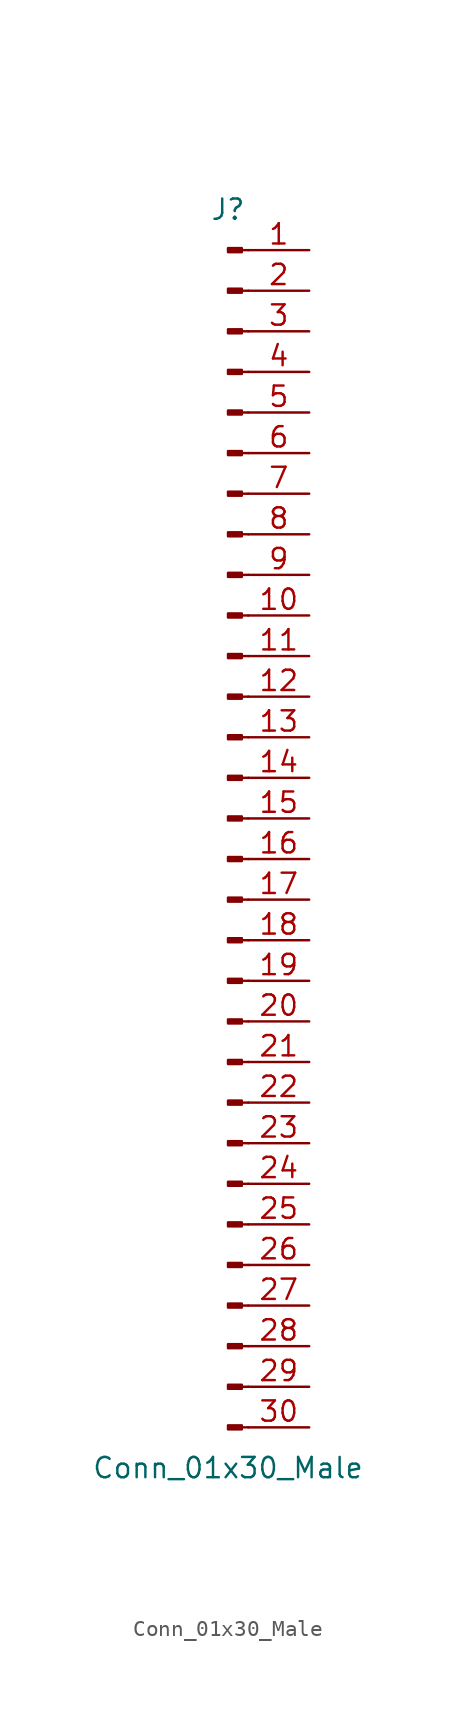
<source format=kicad_sym>
(kicad_symbol_lib
  (version 20220914)
  (generator kicad_symbol_editor)
  (symbol "Conn_01x30_Male"
    (pin_names
      (offset 1.016) hide)
    (property "Reference" "J"
      (at 0 38.1 0)
      (effects (font (size 1.27 1.27))))
    (property "Value" "Conn_01x30_Male"
      (at 0 -40.64 0)
      (effects (font (size 1.27 1.27))))
    (symbol "Conn_01x30_Male_1_1"
      (polyline (pts (xy 1.27 -38.1) (xy 0.864 -38.1)) (stroke (width 0.152) (type default)) (fill (type none)))
      (polyline (pts (xy 1.27 -35.56) (xy 0.864 -35.56)) (stroke (width 0.152) (type default)) (fill (type none)))
      (polyline (pts (xy 1.27 -33.02) (xy 0.864 -33.02)) (stroke (width 0.152) (type default)) (fill (type none)))
      (polyline (pts (xy 1.27 -30.48) (xy 0.864 -30.48)) (stroke (width 0.152) (type default)) (fill (type none)))
      (polyline (pts (xy 1.27 -27.94) (xy 0.864 -27.94)) (stroke (width 0.152) (type default)) (fill (type none)))
      (polyline (pts (xy 1.27 -25.4) (xy 0.864 -25.4)) (stroke (width 0.152) (type default)) (fill (type none)))
      (polyline (pts (xy 1.27 -22.86) (xy 0.864 -22.86)) (stroke (width 0.152) (type default)) (fill (type none)))
      (polyline (pts (xy 1.27 -20.32) (xy 0.864 -20.32)) (stroke (width 0.152) (type default)) (fill (type none)))
      (polyline (pts (xy 1.27 -17.78) (xy 0.864 -17.78)) (stroke (width 0.152) (type default)) (fill (type none)))
      (polyline (pts (xy 1.27 -15.24) (xy 0.864 -15.24)) (stroke (width 0.152) (type default)) (fill (type none)))
      (polyline (pts (xy 1.27 -12.7) (xy 0.864 -12.7)) (stroke (width 0.152) (type default)) (fill (type none)))
      (polyline (pts (xy 1.27 -10.16) (xy 0.864 -10.16)) (stroke (width 0.152) (type default)) (fill (type none)))
      (polyline (pts (xy 1.27 -7.62) (xy 0.864 -7.62)) (stroke (width 0.152) (type default)) (fill (type none)))
      (polyline (pts (xy 1.27 -5.08) (xy 0.864 -5.08)) (stroke (width 0.152) (type default)) (fill (type none)))
      (polyline (pts (xy 1.27 -2.54) (xy 0.864 -2.54)) (stroke (width 0.152) (type default)) (fill (type none)))
      (polyline (pts (xy 1.27 0) (xy 0.864 0)) (stroke (width 0.152) (type default)) (fill (type none)))
      (polyline (pts (xy 1.27 2.54) (xy 0.864 2.54)) (stroke (width 0.152) (type default)) (fill (type none)))
      (polyline (pts (xy 1.27 5.08) (xy 0.864 5.08)) (stroke (width 0.152) (type default)) (fill (type none)))
      (polyline (pts (xy 1.27 7.62) (xy 0.864 7.62)) (stroke (width 0.152) (type default)) (fill (type none)))
      (polyline (pts (xy 1.27 10.16) (xy 0.864 10.16)) (stroke (width 0.152) (type default)) (fill (type none)))
      (polyline (pts (xy 1.27 12.7) (xy 0.864 12.7)) (stroke (width 0.152) (type default)) (fill (type none)))
      (polyline (pts (xy 1.27 15.24) (xy 0.864 15.24)) (stroke (width 0.152) (type default)) (fill (type none)))
      (polyline (pts (xy 1.27 17.78) (xy 0.864 17.78)) (stroke (width 0.152) (type default)) (fill (type none)))
      (polyline (pts (xy 1.27 20.32) (xy 0.864 20.32)) (stroke (width 0.152) (type default)) (fill (type none)))
      (polyline (pts (xy 1.27 22.86) (xy 0.864 22.86)) (stroke (width 0.152) (type default)) (fill (type none)))
      (polyline (pts (xy 1.27 25.4) (xy 0.864 25.4)) (stroke (width 0.152) (type default)) (fill (type none)))
      (polyline (pts (xy 1.27 27.94) (xy 0.864 27.94)) (stroke (width 0.152) (type default)) (fill (type none)))
      (polyline (pts (xy 1.27 30.48) (xy 0.864 30.48)) (stroke (width 0.152) (type default)) (fill (type none)))
      (polyline (pts (xy 1.27 33.02) (xy 0.864 33.02)) (stroke (width 0.152) (type default)) (fill (type none)))
      (polyline (pts (xy 1.27 35.56) (xy 0.864 35.56)) (stroke (width 0.152) (type default)) (fill (type none)))
      (rectangle (start 0.864 -37.973) (end 0 -38.227) (stroke (width 0.152) (type default)) (fill (type outline)))
      (rectangle (start 0.864 -35.433) (end 0 -35.687) (stroke (width 0.152) (type default)) (fill (type outline)))
      (rectangle (start 0.864 -32.893) (end 0 -33.147) (stroke (width 0.152) (type default)) (fill (type outline)))
      (rectangle (start 0.864 -30.353) (end 0 -30.607) (stroke (width 0.152) (type default)) (fill (type outline)))
      (rectangle (start 0.864 -27.813) (end 0 -28.067) (stroke (width 0.152) (type default)) (fill (type outline)))
      (rectangle (start 0.864 -25.273) (end 0 -25.527) (stroke (width 0.152) (type default)) (fill (type outline)))
      (rectangle (start 0.864 -22.733) (end 0 -22.987) (stroke (width 0.152) (type default)) (fill (type outline)))
      (rectangle (start 0.864 -20.193) (end 0 -20.447) (stroke (width 0.152) (type default)) (fill (type outline)))
      (rectangle (start 0.864 -17.653) (end 0 -17.907) (stroke (width 0.152) (type default)) (fill (type outline)))
      (rectangle (start 0.864 -15.113) (end 0 -15.367) (stroke (width 0.152) (type default)) (fill (type outline)))
      (rectangle (start 0.864 -12.573) (end 0 -12.827) (stroke (width 0.152) (type default)) (fill (type outline)))
      (rectangle (start 0.864 -10.033) (end 0 -10.287) (stroke (width 0.152) (type default)) (fill (type outline)))
      (rectangle (start 0.864 -7.493) (end 0 -7.747) (stroke (width 0.152) (type default)) (fill (type outline)))
      (rectangle (start 0.864 -4.953) (end 0 -5.207) (stroke (width 0.152) (type default)) (fill (type outline)))
      (rectangle (start 0.864 -2.413) (end 0 -2.667) (stroke (width 0.152) (type default)) (fill (type outline)))
      (rectangle (start 0.864 0.127) (end 0 -0.127) (stroke (width 0.152) (type default)) (fill (type outline)))
      (rectangle (start 0.864 2.667) (end 0 2.413) (stroke (width 0.152) (type default)) (fill (type outline)))
      (rectangle (start 0.864 5.207) (end 0 4.953) (stroke (width 0.152) (type default)) (fill (type outline)))
      (rectangle (start 0.864 7.747) (end 0 7.493) (stroke (width 0.152) (type default)) (fill (type outline)))
      (rectangle (start 0.864 10.287) (end 0 10.033) (stroke (width 0.152) (type default)) (fill (type outline)))
      (rectangle (start 0.864 12.827) (end 0 12.573) (stroke (width 0.152) (type default)) (fill (type outline)))
      (rectangle (start 0.864 15.367) (end 0 15.113) (stroke (width 0.152) (type default)) (fill (type outline)))
      (rectangle (start 0.864 17.907) (end 0 17.653) (stroke (width 0.152) (type default)) (fill (type outline)))
      (rectangle (start 0.864 20.447) (end 0 20.193) (stroke (width 0.152) (type default)) (fill (type outline)))
      (rectangle (start 0.864 22.987) (end 0 22.733) (stroke (width 0.152) (type default)) (fill (type outline)))
      (rectangle (start 0.864 25.527) (end 0 25.273) (stroke (width 0.152) (type default)) (fill (type outline)))
      (rectangle (start 0.864 28.067) (end 0 27.813) (stroke (width 0.152) (type default)) (fill (type outline)))
      (rectangle (start 0.864 30.607) (end 0 30.353) (stroke (width 0.152) (type default)) (fill (type outline)))
      (rectangle (start 0.864 33.147) (end 0 32.893) (stroke (width 0.152) (type default)) (fill (type outline)))
      (rectangle (start 0.864 35.687) (end 0 35.433) (stroke (width 0.152) (type default)) (fill (type outline)))
      (pin passive line (at 5.08 35.56 180) (length 3.81) (name "Pin_1" (effects (font (size 1.27 1.27)))) (number "1" (effects (font (size 1.27 1.27)))))
      (pin passive line (at 5.08 12.7 180) (length 3.81) (name "Pin_10" (effects (font (size 1.27 1.27)))) (number "10" (effects (font (size 1.27 1.27)))))
      (pin passive line (at 5.08 10.16 180) (length 3.81) (name "Pin_11" (effects (font (size 1.27 1.27)))) (number "11" (effects (font (size 1.27 1.27)))))
      (pin passive line (at 5.08 7.62 180) (length 3.81) (name "Pin_12" (effects (font (size 1.27 1.27)))) (number "12" (effects (font (size 1.27 1.27)))))
      (pin passive line (at 5.08 5.08 180) (length 3.81) (name "Pin_13" (effects (font (size 1.27 1.27)))) (number "13" (effects (font (size 1.27 1.27)))))
      (pin passive line (at 5.08 2.54 180) (length 3.81) (name "Pin_14" (effects (font (size 1.27 1.27)))) (number "14" (effects (font (size 1.27 1.27)))))
      (pin passive line (at 5.08 0 180) (length 3.81) (name "Pin_15" (effects (font (size 1.27 1.27)))) (number "15" (effects (font (size 1.27 1.27)))))
      (pin passive line (at 5.08 -2.54 180) (length 3.81) (name "Pin_16" (effects (font (size 1.27 1.27)))) (number "16" (effects (font (size 1.27 1.27)))))
      (pin passive line (at 5.08 -5.08 180) (length 3.81) (name "Pin_17" (effects (font (size 1.27 1.27)))) (number "17" (effects (font (size 1.27 1.27)))))
      (pin passive line (at 5.08 -7.62 180) (length 3.81) (name "Pin_18" (effects (font (size 1.27 1.27)))) (number "18" (effects (font (size 1.27 1.27)))))
      (pin passive line (at 5.08 -10.16 180) (length 3.81) (name "Pin_19" (effects (font (size 1.27 1.27)))) (number "19" (effects (font (size 1.27 1.27)))))
      (pin passive line (at 5.08 33.02 180) (length 3.81) (name "Pin_2" (effects (font (size 1.27 1.27)))) (number "2" (effects (font (size 1.27 1.27)))))
      (pin passive line (at 5.08 -12.7 180) (length 3.81) (name "Pin_20" (effects (font (size 1.27 1.27)))) (number "20" (effects (font (size 1.27 1.27)))))
      (pin passive line (at 5.08 -15.24 180) (length 3.81) (name "Pin_21" (effects (font (size 1.27 1.27)))) (number "21" (effects (font (size 1.27 1.27)))))
      (pin passive line (at 5.08 -17.78 180) (length 3.81) (name "Pin_22" (effects (font (size 1.27 1.27)))) (number "22" (effects (font (size 1.27 1.27)))))
      (pin passive line (at 5.08 -20.32 180) (length 3.81) (name "Pin_23" (effects (font (size 1.27 1.27)))) (number "23" (effects (font (size 1.27 1.27)))))
      (pin passive line (at 5.08 -22.86 180) (length 3.81) (name "Pin_24" (effects (font (size 1.27 1.27)))) (number "24" (effects (font (size 1.27 1.27)))))
      (pin passive line (at 5.08 -25.4 180) (length 3.81) (name "Pin_25" (effects (font (size 1.27 1.27)))) (number "25" (effects (font (size 1.27 1.27)))))
      (pin passive line (at 5.08 -27.94 180) (length 3.81) (name "Pin_26" (effects (font (size 1.27 1.27)))) (number "26" (effects (font (size 1.27 1.27)))))
      (pin passive line (at 5.08 -30.48 180) (length 3.81) (name "Pin_27" (effects (font (size 1.27 1.27)))) (number "27" (effects (font (size 1.27 1.27)))))
      (pin passive line (at 5.08 -33.02 180) (length 3.81) (name "Pin_28" (effects (font (size 1.27 1.27)))) (number "28" (effects (font (size 1.27 1.27)))))
      (pin passive line (at 5.08 -35.56 180) (length 3.81) (name "Pin_29" (effects (font (size 1.27 1.27)))) (number "29" (effects (font (size 1.27 1.27)))))
      (pin passive line (at 5.08 30.48 180) (length 3.81) (name "Pin_3" (effects (font (size 1.27 1.27)))) (number "3" (effects (font (size 1.27 1.27)))))
      (pin passive line (at 5.08 -38.1 180) (length 3.81) (name "Pin_30" (effects (font (size 1.27 1.27)))) (number "30" (effects (font (size 1.27 1.27)))))
      (pin passive line (at 5.08 27.94 180) (length 3.81) (name "Pin_4" (effects (font (size 1.27 1.27)))) (number "4" (effects (font (size 1.27 1.27)))))
      (pin passive line (at 5.08 25.4 180) (length 3.81) (name "Pin_5" (effects (font (size 1.27 1.27)))) (number "5" (effects (font (size 1.27 1.27)))))
      (pin passive line (at 5.08 22.86 180) (length 3.81) (name "Pin_6" (effects (font (size 1.27 1.27)))) (number "6" (effects (font (size 1.27 1.27)))))
      (pin passive line (at 5.08 20.32 180) (length 3.81) (name "Pin_7" (effects (font (size 1.27 1.27)))) (number "7" (effects (font (size 1.27 1.27)))))
      (pin passive line (at 5.08 17.78 180) (length 3.81) (name "Pin_8" (effects (font (size 1.27 1.27)))) (number "8" (effects (font (size 1.27 1.27)))))
      (pin passive line (at 5.08 15.24 180) (length 3.81) (name "Pin_9" (effects (font (size 1.27 1.27)))) (number "9" (effects (font (size 1.27 1.27))))))))
</source>
